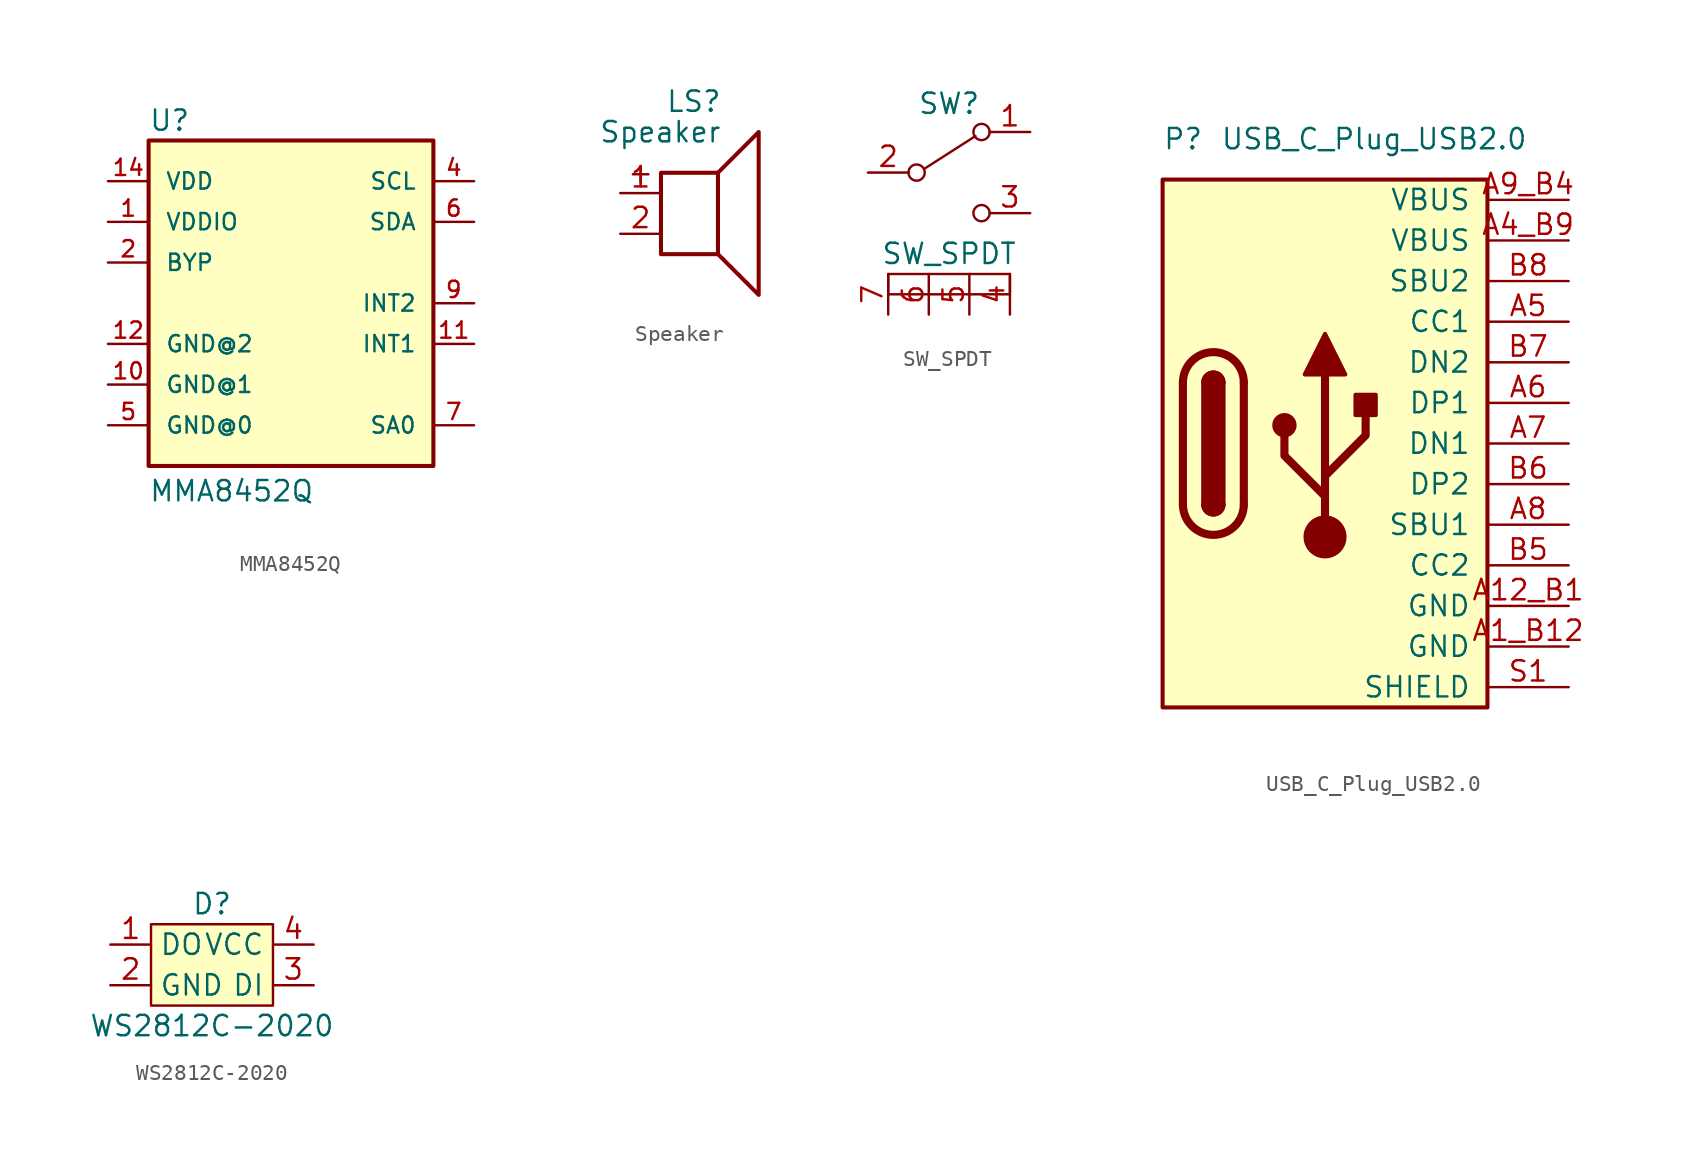
<source format=kicad_sym>
(kicad_symbol_lib
  (version 20220914)
  (generator kicad_symbol_editor)
  (symbol "MMA8452Q"
    (pin_names
      (offset 1.016))
    (property "Reference" "U"
      (at -7.62 10.668 0)
      (effects (font (size 1.27 1.27)) (justify left bottom)))
    (property "Value" "MMA8452Q"
      (at -7.62 -12.471 0)
      (effects (font (size 1.27 1.27)) (justify left bottom)))
    (symbol "MMA8452Q_0_0"
      (rectangle (start -7.62 -10.16) (end 10.16 10.16) (stroke (width 0.254) (type default)) (fill (type background)))
      (pin bidirectional line (at -10.16 5.08 0) (length 2.54) (name "VDDIO" (effects (font (size 1.016 1.016)))) (number "1" (effects (font (size 1.016 1.016)))))
      (pin bidirectional line (at -10.16 -5.08 0) (length 2.54) (name "GND@1" (effects (font (size 1.016 1.016)))) (number "10" (effects (font (size 1.016 1.016)))))
      (pin bidirectional line (at 12.7 -2.54 180) (length 2.54) (name "INT1" (effects (font (size 1.016 1.016)))) (number "11" (effects (font (size 1.016 1.016)))))
      (pin bidirectional line (at -10.16 -2.54 0) (length 2.54) (name "GND@2" (effects (font (size 1.016 1.016)))) (number "12" (effects (font (size 1.016 1.016)))))
      (pin bidirectional line (at -10.16 7.62 0) (length 2.54) (name "VDD" (effects (font (size 1.016 1.016)))) (number "14" (effects (font (size 1.016 1.016)))))
      (pin bidirectional line (at -10.16 2.54 0) (length 2.54) (name "BYP" (effects (font (size 1.016 1.016)))) (number "2" (effects (font (size 1.016 1.016)))))
      (pin bidirectional line (at 12.7 7.62 180) (length 2.54) (name "SCL" (effects (font (size 1.016 1.016)))) (number "4" (effects (font (size 1.016 1.016)))))
      (pin bidirectional line (at -10.16 -7.62 0) (length 2.54) (name "GND@0" (effects (font (size 1.016 1.016)))) (number "5" (effects (font (size 1.016 1.016)))))
      (pin bidirectional line (at 12.7 5.08 180) (length 2.54) (name "SDA" (effects (font (size 1.016 1.016)))) (number "6" (effects (font (size 1.016 1.016)))))
      (pin bidirectional line (at 12.7 -7.62 180) (length 2.54) (name "SA0" (effects (font (size 1.016 1.016)))) (number "7" (effects (font (size 1.016 1.016)))))
      (pin bidirectional line (at 12.7 0 180) (length 2.54) (name "INT2" (effects (font (size 1.016 1.016)))) (number "9" (effects (font (size 1.016 1.016)))))))
  (symbol "Speaker"
    (pin_names
      (offset 0) hide)
    (property "Reference" "LS"
      (at 1.27 5.715 0)
      (effects (font (size 1.27 1.27)) (justify right)))
    (property "Value" "Speaker"
      (at 1.27 3.81 0)
      (effects (font (size 1.27 1.27)) (justify right)))
    (symbol "Speaker_0_0"
      (rectangle (start -2.54 1.27) (end 1.016 -3.81) (stroke (width 0.254) (type default)) (fill (type none)))
      (polyline (pts (xy 1.016 1.27) (xy 3.556 3.81) (xy 3.556 -6.35) (xy 1.016 -3.81)) (stroke (width 0.254) (type default)) (fill (type none)))
      (text "+" (at -3.81 1.27 0) (effects (font (size 1.27 1.27)))))
    (symbol "Speaker_1_1"
      (pin input line (at -5.08 0 0) (length 2.54) (name "1" (effects (font (size 1.27 1.27)))) (number "1" (effects (font (size 1.27 1.27)))))
      (pin input line (at -5.08 -2.54 0) (length 2.54) (name "2" (effects (font (size 1.27 1.27)))) (number "2" (effects (font (size 1.27 1.27)))))))
  (symbol "SW_SPDT"
    (pin_names
      (offset 0) hide)
    (property "Reference" "SW"
      (at 0 4.318 0)
      (effects (font (size 1.27 1.27))))
    (property "Value" "SW_SPDT"
      (at 0 -5.08 0)
      (effects (font (size 1.27 1.27))))
    (symbol "SW_SPDT_0_0"
      (circle (center -2.032 0) (radius 0.508) (stroke (width 0) (type default)) (fill (type none)))
      (circle (center 2.032 -2.54) (radius 0.508) (stroke (width 0) (type default)) (fill (type none))))
    (symbol "SW_SPDT_0_1"
      (rectangle (start -3.81 -7.62) (end 3.81 -6.35) (stroke (width 0) (type default)) (fill (type none)))
      (polyline (pts (xy -1.524 0.254) (xy 1.651 2.286)) (stroke (width 0) (type default)) (fill (type none)))
      (circle (center 2.032 2.54) (radius 0.508) (stroke (width 0) (type default)) (fill (type none))))
    (symbol "SW_SPDT_1_1"
      (pin passive line (at 5.08 2.54 180) (length 2.54) (name "A" (effects (font (size 1.27 1.27)))) (number "1" (effects (font (size 1.27 1.27)))))
      (pin passive line (at -5.08 0 0) (length 2.54) (name "B" (effects (font (size 1.27 1.27)))) (number "2" (effects (font (size 1.27 1.27)))))
      (pin passive line (at 5.08 -2.54 180) (length 2.54) (name "C" (effects (font (size 1.27 1.27)))) (number "3" (effects (font (size 1.27 1.27)))))
      (pin input line (at 3.81 -8.89 90) (length 2.54) (name "D" (effects (font (size 1.27 1.27)))) (number "4" (effects (font (size 1.27 1.27)))))
      (pin input line (at 1.27 -8.89 90) (length 2.54) (name "E" (effects (font (size 1.27 1.27)))) (number "5" (effects (font (size 1.27 1.27)))))
      (pin input line (at -1.27 -8.89 90) (length 2.54) (name "F" (effects (font (size 1.27 1.27)))) (number "6" (effects (font (size 1.27 1.27)))))
      (pin input line (at -3.81 -8.89 90) (length 2.54) (name "G" (effects (font (size 1.27 1.27)))) (number "7" (effects (font (size 1.27 1.27)))))))
  (symbol "USB_C_Plug_USB2.0"
    (pin_names
      (offset 1.016))
    (property "Reference" "P"
      (at -10.16 19.05 0)
      (effects (font (size 1.27 1.27)) (justify left)))
    (property "Value" "USB_C_Plug_USB2.0"
      (at 12.7 19.05 0)
      (effects (font (size 1.27 1.27)) (justify right)))
    (symbol "USB_C_Plug_USB2.0_0_1"
      (rectangle (start -10.16 16.51) (end 10.16 -16.51) (stroke (width 0.254) (type default)) (fill (type background)))
      (arc (start -8.89 -3.81) (mid -6.985 -5.7067) (end -5.08 -3.81) (stroke (width 0.508) (type default)) (fill (type none)))
      (arc (start -7.62 -3.81) (mid -6.985 -4.4423) (end -6.35 -3.81) (stroke (width 0.254) (type default)) (fill (type none)))
      (arc (start -7.62 -3.81) (mid -6.985 -4.4423) (end -6.35 -3.81) (stroke (width 0.254) (type default)) (fill (type outline)))
      (rectangle (start -7.62 -3.81) (end -6.35 3.81) (stroke (width 0.254) (type default)) (fill (type outline)))
      (arc (start -6.35 3.81) (mid -6.985 4.4423) (end -7.62 3.81) (stroke (width 0.254) (type default)) (fill (type none)))
      (arc (start -6.35 3.81) (mid -6.985 4.4423) (end -7.62 3.81) (stroke (width 0.254) (type default)) (fill (type outline)))
      (arc (start -5.08 3.81) (mid -6.985 5.7067) (end -8.89 3.81) (stroke (width 0.508) (type default)) (fill (type none)))
      (circle (center -2.54 1.143) (radius 0.635) (stroke (width 0.254) (type default)) (fill (type outline)))
      (circle (center 0 -5.842) (radius 1.27) (stroke (width 0) (type default)) (fill (type outline)))
      (polyline (pts (xy -8.89 -3.81) (xy -8.89 3.81)) (stroke (width 0.508) (type default)) (fill (type none)))
      (polyline (pts (xy -5.08 3.81) (xy -5.08 -3.81)) (stroke (width 0.508) (type default)) (fill (type none)))
      (polyline (pts (xy 0 -5.842) (xy 0 4.318)) (stroke (width 0.508) (type default)) (fill (type none)))
      (polyline (pts (xy 0 -3.302) (xy -2.54 -0.762) (xy -2.54 0.508)) (stroke (width 0.508) (type default)) (fill (type none)))
      (polyline (pts (xy 0 -2.032) (xy 2.54 0.508) (xy 2.54 1.778)) (stroke (width 0.508) (type default)) (fill (type none)))
      (polyline (pts (xy -1.27 4.318) (xy 0 6.858) (xy 1.27 4.318) (xy -1.27 4.318)) (stroke (width 0.254) (type default)) (fill (type outline)))
      (rectangle (start 1.905 1.778) (end 3.175 3.048) (stroke (width 0.254) (type default)) (fill (type outline))))
    (symbol "USB_C_Plug_USB2.0_1_1"
      (pin passive line (at 15.24 -10.16 180) (length 5.08) (name "GND" (effects (font (size 1.27 1.27)))) (number "A12_B1" (effects (font (size 1.27 1.27)))))
      (pin passive line (at 15.24 -12.7 180) (length 5.08) (name "GND" (effects (font (size 1.27 1.27)))) (number "A1_B12" (effects (font (size 1.27 1.27)))))
      (pin passive line (at 15.24 12.7 180) (length 5.08) (name "VBUS" (effects (font (size 1.27 1.27)))) (number "A4_B9" (effects (font (size 1.27 1.27)))))
      (pin bidirectional line (at 15.24 7.62 180) (length 5.08) (name "CC1" (effects (font (size 1.27 1.27)))) (number "A5" (effects (font (size 1.27 1.27)))))
      (pin bidirectional line (at 15.24 2.54 180) (length 5.08) (name "DP1" (effects (font (size 1.27 1.27)))) (number "A6" (effects (font (size 1.27 1.27)))))
      (pin bidirectional line (at 15.24 0 180) (length 5.08) (name "DN1" (effects (font (size 1.27 1.27)))) (number "A7" (effects (font (size 1.27 1.27)))))
      (pin bidirectional line (at 15.24 -5.08 180) (length 5.08) (name "SBU1" (effects (font (size 1.27 1.27)))) (number "A8" (effects (font (size 1.27 1.27)))))
      (pin passive line (at 15.24 15.24 180) (length 5.08) (name "VBUS" (effects (font (size 1.27 1.27)))) (number "A9_B4" (effects (font (size 1.27 1.27)))))
      (pin bidirectional line (at 15.24 -7.62 180) (length 5.08) (name "CC2" (effects (font (size 1.27 1.27)))) (number "B5" (effects (font (size 1.27 1.27)))))
      (pin bidirectional line (at 15.24 -2.54 180) (length 5.08) (name "DP2" (effects (font (size 1.27 1.27)))) (number "B6" (effects (font (size 1.27 1.27)))))
      (pin bidirectional line (at 15.24 5.08 180) (length 5.08) (name "DN2" (effects (font (size 1.27 1.27)))) (number "B7" (effects (font (size 1.27 1.27)))))
      (pin bidirectional line (at 15.24 10.16 180) (length 5.08) (name "SBU2" (effects (font (size 1.27 1.27)))) (number "B8" (effects (font (size 1.27 1.27)))))
      (pin passive line (at 15.24 -15.24 180) (length 5.08) (name "SHIELD" (effects (font (size 1.27 1.27)))) (number "S1" (effects (font (size 1.27 1.27)))))))
  (symbol "WS2812C-2020"
    (property "Reference" "D"
      (at 0 3.81 0)
      (effects (font (size 1.27 1.27))))
    (property "Value" "WS2812C-2020"
      (at 0 -3.81 0)
      (effects (font (size 1.27 1.27))))
    (symbol "WS2812C-2020_0_1"
      (rectangle (start -3.81 2.54) (end 3.81 -2.54) (stroke (width 0.152) (type default)) (fill (type background))))
    (symbol "WS2812C-2020_1_1"
      (pin output line (at -6.35 1.27 0) (length 2.54) (name "DO" (effects (font (size 1.27 1.27)))) (number "1" (effects (font (size 1.27 1.27)))))
      (pin bidirectional line (at -6.35 -1.27 0) (length 2.54) (name "GND" (effects (font (size 1.27 1.27)))) (number "2" (effects (font (size 1.27 1.27)))))
      (pin input line (at 6.35 -1.27 180) (length 2.54) (name "DI" (effects (font (size 1.27 1.27)))) (number "3" (effects (font (size 1.27 1.27)))))
      (pin bidirectional line (at 6.35 1.27 180) (length 2.54) (name "VCC" (effects (font (size 1.27 1.27)))) (number "4" (effects (font (size 1.27 1.27))))))))
</source>
